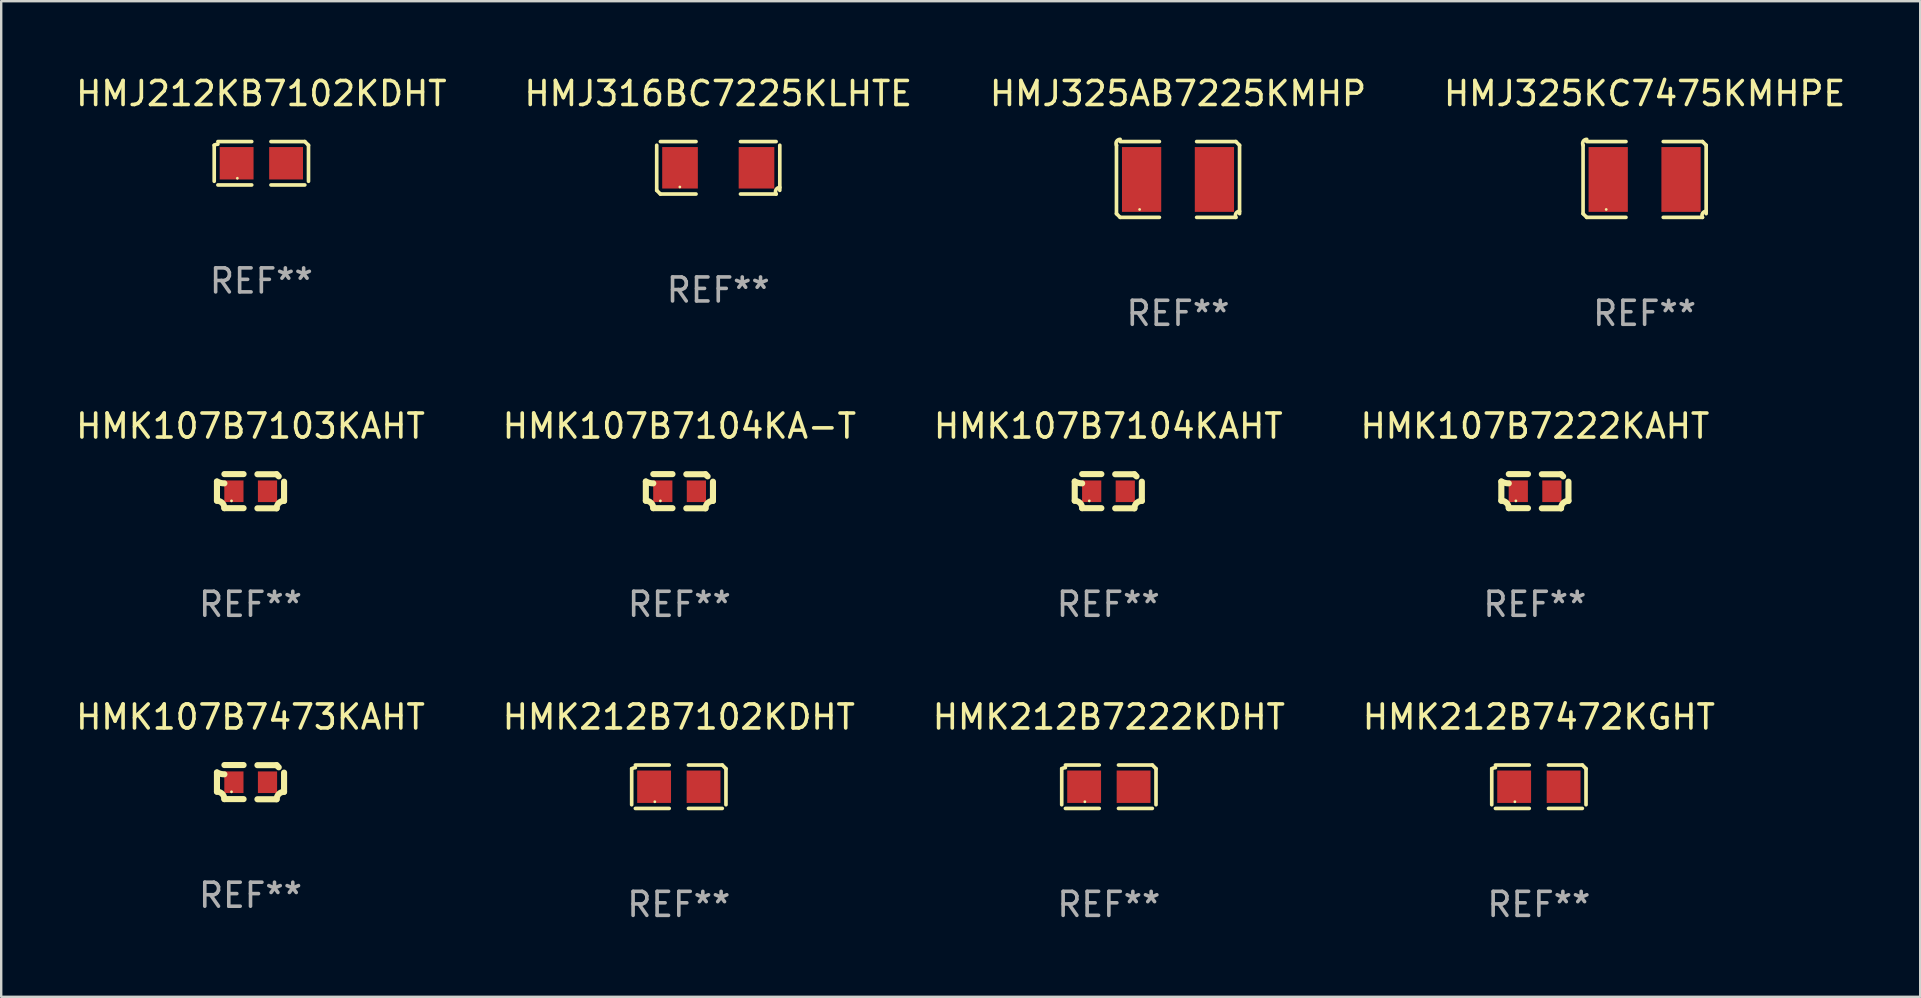
<source format=kicad_pcb>
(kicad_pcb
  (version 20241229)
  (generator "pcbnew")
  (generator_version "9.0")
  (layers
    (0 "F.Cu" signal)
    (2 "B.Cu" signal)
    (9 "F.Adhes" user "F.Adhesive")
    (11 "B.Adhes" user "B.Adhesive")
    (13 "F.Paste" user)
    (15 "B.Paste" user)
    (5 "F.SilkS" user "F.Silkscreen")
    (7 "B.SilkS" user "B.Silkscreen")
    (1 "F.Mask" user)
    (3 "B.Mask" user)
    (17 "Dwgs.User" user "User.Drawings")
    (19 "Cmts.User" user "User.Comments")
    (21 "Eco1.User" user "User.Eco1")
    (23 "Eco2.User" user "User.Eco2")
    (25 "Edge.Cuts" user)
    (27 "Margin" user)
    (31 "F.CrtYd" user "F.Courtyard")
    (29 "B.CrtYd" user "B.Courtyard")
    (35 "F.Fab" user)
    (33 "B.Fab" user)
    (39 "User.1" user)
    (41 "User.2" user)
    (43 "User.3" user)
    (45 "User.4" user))
  (footprint "HMK107B7473KAHT"
    (layer "F.Cu")
    (at 7.387 29.537)
    (property "Reference" "HMK107B7473KAHT" (at 0 -2.713 0) (layer "F.SilkS") (effects (font (size 1 1) (thickness 0.15))))
    (attr through_hole)
    (fp_line (start -1.398 -0.403) (end -1.398 0.397) (stroke (width 0.254) (type solid)) (layer "F.SilkS"))
    (fp_line (start -0.288 -0.713) (end -1.088 -0.713) (stroke (width 0.254) (type solid)) (layer "F.SilkS"))
    (fp_line (start -0.288 0.707) (end -1.088 0.707) (stroke (width 0.254) (type solid)) (layer "F.SilkS"))
    (fp_line (start 0.288 -0.707) (end 1.088 -0.707) (stroke (width 0.254) (type solid)) (layer "F.SilkS"))
    (fp_line (start 0.288 0.713) (end 1.088 0.713) (stroke (width 0.254) (type solid)) (layer "F.SilkS"))
    (fp_line (start 1.398 -0.397) (end 1.398 0.403) (stroke (width 0.254) (type solid)) (layer "F.SilkS"))
    (fp_arc (start -1.397789 0.397066) (mid -1.178701 0.487826) (end -1.08796 0.706922) (stroke (width 0.254001) (type solid)) (layer "F.SilkS"))
    (fp_arc (start -1.08796 -0.327176) (mid -1.247436 -0.346384) (end -1.39779 -0.402908) (stroke (width 0.254001) (type solid)) (layer "F.SilkS"))
    (fp_arc (start 1.087909 0.712738) (mid 1.178656 0.493655) (end 1.397739 0.402908) (stroke (width 0.254001) (type solid)) (layer "F.SilkS"))
    (fp_arc (start 1.175925 -0.618926) (mid 1.131917 -0.662923) (end 1.08791 -0.706922) (stroke (width 0.254001) (type solid)) (layer "F.SilkS"))
    (fp_circle (center -0.792 0.403) (end -0.762 0.403) (stroke (width 0.06) (type solid)) (fill no) (layer "F.SilkS"))
    (fp_text user "REF**" (at 0 4.713 0) (layer "F.Fab") (effects (font (size 1 1) (thickness 0.15))))
    (pad "1" smd rect (at -0.692 0.003) (size 0.8 0.9) (layers "F.Cu" "F.Mask" "F.Paste"))
    (pad "2" smd rect (at 0.708 0.003) (size 0.8 0.9) (layers "F.Cu" "F.Mask" "F.Paste")))
  (footprint "HMK212B7472KGHT"
    (layer "F.Cu")
    (at 61.065 29.728)
    (property "Reference" "HMK212B7472KGHT" (at 0 -2.904 0) (layer "F.SilkS") (effects (font (size 1 1) (thickness 0.15))))
    (attr through_hole)
    (fp_line (start -1.964 0.751) (end -1.964 -0.751) (stroke (width 0.152) (type solid)) (layer "F.SilkS"))
    (fp_line (start -1.811 -0.904) (end -0.401 -0.904) (stroke (width 0.152) (type solid)) (layer "F.SilkS"))
    (fp_line (start -0.401 0.904) (end -1.811 0.904) (stroke (width 0.152) (type solid)) (layer "F.SilkS"))
    (fp_line (start 0.401 0.904) (end 1.811 0.904) (stroke (width 0.152) (type solid)) (layer "F.SilkS"))
    (fp_line (start 1.811 -0.904) (end 0.401 -0.904) (stroke (width 0.152) (type solid)) (layer "F.SilkS"))
    (fp_line (start 1.964 0.751) (end 1.964 -0.751) (stroke (width 0.152) (type solid)) (layer "F.SilkS"))
    (fp_arc (start -1.963602 -0.751207) (mid -1.890354 -0.783131) (end -1.811201 -0.794044) (stroke (width 0.1524) (type solid)) (layer "F.SilkS"))
    (fp_arc (start 1.811202 -0.903607) (mid 1.887413 -0.827418) (end 1.963602 -0.751207) (stroke (width 0.1524) (type solid)) (layer "F.SilkS"))
    (fp_circle (center -1 0.625) (end -0.97 0.625) (stroke (width 0.06) (type solid)) (fill no) (layer "F.SilkS"))
    (fp_text user "REF**" (at 0 4.904 0) (layer "F.Fab") (effects (font (size 1 1) (thickness 0.15))))
    (pad "1" smd rect (at -1.03 0) (size 1.41 1.35) (layers "F.Cu" "F.Mask" "F.Paste"))
    (pad "2" smd rect (at 1.03 0) (size 1.41 1.35) (layers "F.Cu" "F.Mask" "F.Paste")))
  (footprint "HMJ212KB7102KDHT"
    (layer "F.Cu")
    (at 7.839 3.752)
    (property "Reference" "HMJ212KB7102KDHT" (at 0 -2.904 0) (layer "F.SilkS") (effects (font (size 1 1) (thickness 0.15))))
    (attr through_hole)
    (fp_line (start -1.964 0.751) (end -1.964 -0.751) (stroke (width 0.152) (type solid)) (layer "F.SilkS"))
    (fp_line (start -1.811 -0.904) (end -0.401 -0.904) (stroke (width 0.152) (type solid)) (layer "F.SilkS"))
    (fp_line (start -0.401 0.904) (end -1.811 0.904) (stroke (width 0.152) (type solid)) (layer "F.SilkS"))
    (fp_line (start 0.401 0.904) (end 1.811 0.904) (stroke (width 0.152) (type solid)) (layer "F.SilkS"))
    (fp_line (start 1.811 -0.904) (end 0.401 -0.904) (stroke (width 0.152) (type solid)) (layer "F.SilkS"))
    (fp_line (start 1.964 0.751) (end 1.964 -0.751) (stroke (width 0.152) (type solid)) (layer "F.SilkS"))
    (fp_arc (start -1.963602 -0.751207) (mid -1.890354 -0.783131) (end -1.811201 -0.794044) (stroke (width 0.1524) (type solid)) (layer "F.SilkS"))
    (fp_arc (start 1.811202 -0.903607) (mid 1.887413 -0.827418) (end 1.963602 -0.751207) (stroke (width 0.1524) (type solid)) (layer "F.SilkS"))
    (fp_circle (center -1 0.625) (end -0.97 0.625) (stroke (width 0.06) (type solid)) (fill no) (layer "F.SilkS"))
    (fp_text user "REF**" (at 0 4.904 0) (layer "F.Fab") (effects (font (size 1 1) (thickness 0.15))))
    (pad "1" smd rect (at -1.03 0) (size 1.41 1.35) (layers "F.Cu" "F.Mask" "F.Paste"))
    (pad "2" smd rect (at 1.03 0) (size 1.41 1.35) (layers "F.Cu" "F.Mask" "F.Paste")))
  (footprint "HMJ325AB7225KMHP"
    (layer "F.Cu")
    (at 46.03 4.427)
    (property "Reference" "HMJ325AB7225KMHP" (at 0 -3.579 0) (layer "F.SilkS") (effects (font (size 1 1) (thickness 0.15))))
    (attr through_hole)
    (fp_line (start -2.564 1.426) (end -2.564 -1.426) (stroke (width 0.152) (type solid)) (layer "F.SilkS"))
    (fp_line (start -2.411 -1.579) (end -0.776 -1.579) (stroke (width 0.152) (type solid)) (layer "F.SilkS"))
    (fp_line (start -0.776 1.579) (end -2.411 1.579) (stroke (width 0.152) (type solid)) (layer "F.SilkS"))
    (fp_line (start 0.776 1.579) (end 2.411 1.579) (stroke (width 0.152) (type solid)) (layer "F.SilkS"))
    (fp_line (start 2.411 -1.579) (end 0.776 -1.579) (stroke (width 0.152) (type solid)) (layer "F.SilkS"))
    (fp_line (start 2.564 1.426) (end 2.564 -1.426) (stroke (width 0.152) (type solid)) (layer "F.SilkS"))
    (fp_arc (start -2.563602 -1.426213) (mid -2.555597 -1.591233) (end -2.411201 -1.671518) (stroke (width 0.1524) (type solid)) (layer "F.SilkS"))
    (fp_arc (start -2.5636 1.426214) (mid -2.487389 1.502402) (end -2.411201 1.578613) (stroke (width 0.1524) (type solid)) (layer "F.SilkS"))
    (fp_arc (start 2.411197 -1.578618) (mid 2.487403 -1.502419) (end 2.563602 -1.426213) (stroke (width 0.1524) (type solid)) (layer "F.SilkS"))
    (fp_arc (start 2.411201 1.578613) (mid 2.416214 1.409455) (end 2.563602 1.32629) (stroke (width 0.1524) (type solid)) (layer "F.SilkS"))
    (fp_circle (center -1.6 1.25) (end -1.57 1.25) (stroke (width 0.06) (type solid)) (fill no) (layer "F.SilkS"))
    (fp_text user "REF**" (at 0 5.579 0) (layer "F.Fab") (effects (font (size 1 1) (thickness 0.15))))
    (pad "1" smd rect (at -1.517 0) (size 1.635 2.7) (layers "F.Cu" "F.Mask" "F.Paste"))
    (pad "2" smd rect (at 1.517 0) (size 1.635 2.7) (layers "F.Cu" "F.Mask" "F.Paste")))
  (footprint "HMK107B7104KAHT"
    (layer "F.Cu")
    (at 43.125 17.415)
    (property "Reference" "HMK107B7104KAHT" (at 0 -2.713 0) (layer "F.SilkS") (effects (font (size 1 1) (thickness 0.15))))
    (attr through_hole)
    (fp_line (start -1.398 -0.403) (end -1.398 0.397) (stroke (width 0.254) (type solid)) (layer "F.SilkS"))
    (fp_line (start -0.288 -0.713) (end -1.088 -0.713) (stroke (width 0.254) (type solid)) (layer "F.SilkS"))
    (fp_line (start -0.288 0.707) (end -1.088 0.707) (stroke (width 0.254) (type solid)) (layer "F.SilkS"))
    (fp_line (start 0.288 -0.707) (end 1.088 -0.707) (stroke (width 0.254) (type solid)) (layer "F.SilkS"))
    (fp_line (start 0.288 0.713) (end 1.088 0.713) (stroke (width 0.254) (type solid)) (layer "F.SilkS"))
    (fp_line (start 1.398 -0.397) (end 1.398 0.403) (stroke (width 0.254) (type solid)) (layer "F.SilkS"))
    (fp_arc (start -1.397789 0.397066) (mid -1.178701 0.487826) (end -1.08796 0.706922) (stroke (width 0.254001) (type solid)) (layer "F.SilkS"))
    (fp_arc (start -1.08796 -0.327176) (mid -1.247436 -0.346384) (end -1.39779 -0.402908) (stroke (width 0.254001) (type solid)) (layer "F.SilkS"))
    (fp_arc (start 1.087909 0.712738) (mid 1.178656 0.493655) (end 1.397739 0.402908) (stroke (width 0.254001) (type solid)) (layer "F.SilkS"))
    (fp_arc (start 1.175925 -0.618926) (mid 1.131917 -0.662923) (end 1.08791 -0.706922) (stroke (width 0.254001) (type solid)) (layer "F.SilkS"))
    (fp_circle (center -0.792 0.403) (end -0.762 0.403) (stroke (width 0.06) (type solid)) (fill no) (layer "F.SilkS"))
    (fp_text user "REF**" (at 0 4.713 0) (layer "F.Fab") (effects (font (size 1 1) (thickness 0.15))))
    (pad "1" smd rect (at -0.692 0.003) (size 0.8 0.9) (layers "F.Cu" "F.Mask" "F.Paste"))
    (pad "2" smd rect (at 0.708 0.003) (size 0.8 0.9) (layers "F.Cu" "F.Mask" "F.Paste")))
  (footprint "HMJ325KC7475KMHPE"
    (layer "F.Cu")
    (at 65.47 4.427)
    (property "Reference" "HMJ325KC7475KMHPE" (at 0 -3.579 0) (layer "F.SilkS") (effects (font (size 1 1) (thickness 0.15))))
    (attr through_hole)
    (fp_line (start -2.564 1.426) (end -2.564 -1.426) (stroke (width 0.152) (type solid)) (layer "F.SilkS"))
    (fp_line (start -2.411 -1.579) (end -0.776 -1.579) (stroke (width 0.152) (type solid)) (layer "F.SilkS"))
    (fp_line (start -0.776 1.579) (end -2.411 1.579) (stroke (width 0.152) (type solid)) (layer "F.SilkS"))
    (fp_line (start 0.776 1.579) (end 2.411 1.579) (stroke (width 0.152) (type solid)) (layer "F.SilkS"))
    (fp_line (start 2.411 -1.579) (end 0.776 -1.579) (stroke (width 0.152) (type solid)) (layer "F.SilkS"))
    (fp_line (start 2.564 1.426) (end 2.564 -1.426) (stroke (width 0.152) (type solid)) (layer "F.SilkS"))
    (fp_arc (start -2.563602 -1.426213) (mid -2.555597 -1.591233) (end -2.411201 -1.671518) (stroke (width 0.1524) (type solid)) (layer "F.SilkS"))
    (fp_arc (start -2.5636 1.426214) (mid -2.487389 1.502402) (end -2.411201 1.578613) (stroke (width 0.1524) (type solid)) (layer "F.SilkS"))
    (fp_arc (start 2.411197 -1.578618) (mid 2.487403 -1.502419) (end 2.563602 -1.426213) (stroke (width 0.1524) (type solid)) (layer "F.SilkS"))
    (fp_arc (start 2.411201 1.578613) (mid 2.416214 1.409455) (end 2.563602 1.32629) (stroke (width 0.1524) (type solid)) (layer "F.SilkS"))
    (fp_circle (center -1.6 1.25) (end -1.57 1.25) (stroke (width 0.06) (type solid)) (fill no) (layer "F.SilkS"))
    (fp_text user "REF**" (at 0 5.579 0) (layer "F.Fab") (effects (font (size 1 1) (thickness 0.15))))
    (pad "1" smd rect (at -1.517 0) (size 1.635 2.7) (layers "F.Cu" "F.Mask" "F.Paste"))
    (pad "2" smd rect (at 1.517 0) (size 1.635 2.7) (layers "F.Cu" "F.Mask" "F.Paste")))
  (footprint "HMK107B7104KA-T"
    (layer "F.Cu")
    (at 25.256 17.415)
    (property "Reference" "HMK107B7104KA-T" (at 0 -2.713 0) (layer "F.SilkS") (effects (font (size 1 1) (thickness 0.15))))
    (attr through_hole)
    (fp_line (start -1.398 -0.403) (end -1.398 0.397) (stroke (width 0.254) (type solid)) (layer "F.SilkS"))
    (fp_line (start -0.288 -0.713) (end -1.088 -0.713) (stroke (width 0.254) (type solid)) (layer "F.SilkS"))
    (fp_line (start -0.288 0.707) (end -1.088 0.707) (stroke (width 0.254) (type solid)) (layer "F.SilkS"))
    (fp_line (start 0.288 -0.707) (end 1.088 -0.707) (stroke (width 0.254) (type solid)) (layer "F.SilkS"))
    (fp_line (start 0.288 0.713) (end 1.088 0.713) (stroke (width 0.254) (type solid)) (layer "F.SilkS"))
    (fp_line (start 1.398 -0.397) (end 1.398 0.403) (stroke (width 0.254) (type solid)) (layer "F.SilkS"))
    (fp_arc (start -1.397789 0.397066) (mid -1.178701 0.487826) (end -1.08796 0.706922) (stroke (width 0.254001) (type solid)) (layer "F.SilkS"))
    (fp_arc (start -1.08796 -0.327176) (mid -1.247436 -0.346384) (end -1.39779 -0.402908) (stroke (width 0.254001) (type solid)) (layer "F.SilkS"))
    (fp_arc (start 1.087909 0.712738) (mid 1.178656 0.493655) (end 1.397739 0.402908) (stroke (width 0.254001) (type solid)) (layer "F.SilkS"))
    (fp_arc (start 1.175925 -0.618926) (mid 1.131917 -0.662923) (end 1.08791 -0.706922) (stroke (width 0.254001) (type solid)) (layer "F.SilkS"))
    (fp_circle (center -0.792 0.403) (end -0.762 0.403) (stroke (width 0.06) (type solid)) (fill no) (layer "F.SilkS"))
    (fp_text user "REF**" (at 0 4.713 0) (layer "F.Fab") (effects (font (size 1 1) (thickness 0.15))))
    (pad "1" smd rect (at -0.692 0.003) (size 0.8 0.9) (layers "F.Cu" "F.Mask" "F.Paste"))
    (pad "2" smd rect (at 0.708 0.003) (size 0.8 0.9) (layers "F.Cu" "F.Mask" "F.Paste")))
  (footprint "HMK107B7222KAHT"
    (layer "F.Cu")
    (at 60.899 17.415)
    (property "Reference" "HMK107B7222KAHT" (at 0 -2.713 0) (layer "F.SilkS") (effects (font (size 1 1) (thickness 0.15))))
    (attr through_hole)
    (fp_line (start -1.398 -0.403) (end -1.398 0.397) (stroke (width 0.254) (type solid)) (layer "F.SilkS"))
    (fp_line (start -0.288 -0.713) (end -1.088 -0.713) (stroke (width 0.254) (type solid)) (layer "F.SilkS"))
    (fp_line (start -0.288 0.707) (end -1.088 0.707) (stroke (width 0.254) (type solid)) (layer "F.SilkS"))
    (fp_line (start 0.288 -0.707) (end 1.088 -0.707) (stroke (width 0.254) (type solid)) (layer "F.SilkS"))
    (fp_line (start 0.288 0.713) (end 1.088 0.713) (stroke (width 0.254) (type solid)) (layer "F.SilkS"))
    (fp_line (start 1.398 -0.397) (end 1.398 0.403) (stroke (width 0.254) (type solid)) (layer "F.SilkS"))
    (fp_arc (start -1.397789 0.397066) (mid -1.178701 0.487826) (end -1.08796 0.706922) (stroke (width 0.254001) (type solid)) (layer "F.SilkS"))
    (fp_arc (start -1.08796 -0.327176) (mid -1.247436 -0.346384) (end -1.39779 -0.402908) (stroke (width 0.254001) (type solid)) (layer "F.SilkS"))
    (fp_arc (start 1.087909 0.712738) (mid 1.178656 0.493655) (end 1.397739 0.402908) (stroke (width 0.254001) (type solid)) (layer "F.SilkS"))
    (fp_arc (start 1.175925 -0.618926) (mid 1.131917 -0.662923) (end 1.08791 -0.706922) (stroke (width 0.254001) (type solid)) (layer "F.SilkS"))
    (fp_circle (center -0.792 0.403) (end -0.762 0.403) (stroke (width 0.06) (type solid)) (fill no) (layer "F.SilkS"))
    (fp_text user "REF**" (at 0 4.713 0) (layer "F.Fab") (effects (font (size 1 1) (thickness 0.15))))
    (pad "1" smd rect (at -0.692 0.003) (size 0.8 0.9) (layers "F.Cu" "F.Mask" "F.Paste"))
    (pad "2" smd rect (at 0.708 0.003) (size 0.8 0.9) (layers "F.Cu" "F.Mask" "F.Paste")))
  (footprint "HMK107B7103KAHT"
    (layer "F.Cu")
    (at 7.387 17.415)
    (property "Reference" "HMK107B7103KAHT" (at 0 -2.713 0) (layer "F.SilkS") (effects (font (size 1 1) (thickness 0.15))))
    (attr through_hole)
    (fp_line (start -1.398 -0.403) (end -1.398 0.397) (stroke (width 0.254) (type solid)) (layer "F.SilkS"))
    (fp_line (start -0.288 -0.713) (end -1.088 -0.713) (stroke (width 0.254) (type solid)) (layer "F.SilkS"))
    (fp_line (start -0.288 0.707) (end -1.088 0.707) (stroke (width 0.254) (type solid)) (layer "F.SilkS"))
    (fp_line (start 0.288 -0.707) (end 1.088 -0.707) (stroke (width 0.254) (type solid)) (layer "F.SilkS"))
    (fp_line (start 0.288 0.713) (end 1.088 0.713) (stroke (width 0.254) (type solid)) (layer "F.SilkS"))
    (fp_line (start 1.398 -0.397) (end 1.398 0.403) (stroke (width 0.254) (type solid)) (layer "F.SilkS"))
    (fp_arc (start -1.397789 0.397066) (mid -1.178701 0.487826) (end -1.08796 0.706922) (stroke (width 0.254001) (type solid)) (layer "F.SilkS"))
    (fp_arc (start -1.08796 -0.327176) (mid -1.247436 -0.346384) (end -1.39779 -0.402908) (stroke (width 0.254001) (type solid)) (layer "F.SilkS"))
    (fp_arc (start 1.087909 0.712738) (mid 1.178656 0.493655) (end 1.397739 0.402908) (stroke (width 0.254001) (type solid)) (layer "F.SilkS"))
    (fp_arc (start 1.175925 -0.618926) (mid 1.131917 -0.662923) (end 1.08791 -0.706922) (stroke (width 0.254001) (type solid)) (layer "F.SilkS"))
    (fp_circle (center -0.792 0.403) (end -0.762 0.403) (stroke (width 0.06) (type solid)) (fill no) (layer "F.SilkS"))
    (fp_text user "REF**" (at 0 4.713 0) (layer "F.Fab") (effects (font (size 1 1) (thickness 0.15))))
    (pad "1" smd rect (at -0.692 0.003) (size 0.8 0.9) (layers "F.Cu" "F.Mask" "F.Paste"))
    (pad "2" smd rect (at 0.708 0.003) (size 0.8 0.9) (layers "F.Cu" "F.Mask" "F.Paste")))
  (footprint "HMJ316BC7225KLHTE"
    (layer "F.Cu")
    (at 26.875 3.941)
    (property "Reference" "HMJ316BC7225KLHTE" (at 0 -3.093 0) (layer "F.SilkS") (effects (font (size 1 1) (thickness 0.15))))
    (attr through_hole)
    (fp_line (start -2.564 0.94) (end -2.564 -0.94) (stroke (width 0.152) (type solid)) (layer "F.SilkS"))
    (fp_line (start -2.411 -1.093) (end -0.926 -1.093) (stroke (width 0.152) (type solid)) (layer "F.SilkS"))
    (fp_line (start -0.926 1.093) (end -2.411 1.093) (stroke (width 0.152) (type solid)) (layer "F.SilkS"))
    (fp_line (start 0.926 1.093) (end 2.411 1.093) (stroke (width 0.152) (type solid)) (layer "F.SilkS"))
    (fp_line (start 2.411 -1.093) (end 0.926 -1.093) (stroke (width 0.152) (type solid)) (layer "F.SilkS"))
    (fp_line (start 2.564 0.94) (end 2.564 -0.94) (stroke (width 0.152) (type solid)) (layer "F.SilkS"))
    (fp_arc (start -2.411201 1.092609) (mid -2.487413 1.01642) (end -2.563602 0.940208) (stroke (width 0.1524) (type solid)) (layer "F.SilkS"))
    (fp_arc (start 2.411201 1.092609) (mid 2.407159 0.911226) (end 2.563602 0.819347) (stroke (width 0.1524) (type solid)) (layer "F.SilkS"))
    (fp_circle (center -1.6 0.8) (end -1.57 0.8) (stroke (width 0.06) (type solid)) (fill no) (layer "F.SilkS"))
    (fp_text user "REF**" (at 0 5.093 0) (layer "F.Fab") (effects (font (size 1 1) (thickness 0.15))))
    (pad "1" smd rect (at -1.593 0) (size 1.485 1.728) (layers "F.Cu" "F.Mask" "F.Paste"))
    (pad "2" smd rect (at 1.593 0) (size 1.485 1.728) (layers "F.Cu" "F.Mask" "F.Paste")))
  (footprint "HMK212B7222KDHT"
    (layer "F.Cu")
    (at 43.149 29.728)
    (property "Reference" "HMK212B7222KDHT" (at 0 -2.904 0) (layer "F.SilkS") (effects (font (size 1 1) (thickness 0.15))))
    (attr through_hole)
    (fp_line (start -1.964 0.751) (end -1.964 -0.751) (stroke (width 0.152) (type solid)) (layer "F.SilkS"))
    (fp_line (start -1.811 -0.904) (end -0.401 -0.904) (stroke (width 0.152) (type solid)) (layer "F.SilkS"))
    (fp_line (start -0.401 0.904) (end -1.811 0.904) (stroke (width 0.152) (type solid)) (layer "F.SilkS"))
    (fp_line (start 0.401 0.904) (end 1.811 0.904) (stroke (width 0.152) (type solid)) (layer "F.SilkS"))
    (fp_line (start 1.811 -0.904) (end 0.401 -0.904) (stroke (width 0.152) (type solid)) (layer "F.SilkS"))
    (fp_line (start 1.964 0.751) (end 1.964 -0.751) (stroke (width 0.152) (type solid)) (layer "F.SilkS"))
    (fp_arc (start -1.963602 -0.751207) (mid -1.890354 -0.783131) (end -1.811201 -0.794044) (stroke (width 0.1524) (type solid)) (layer "F.SilkS"))
    (fp_arc (start 1.811202 -0.903607) (mid 1.887413 -0.827418) (end 1.963602 -0.751207) (stroke (width 0.1524) (type solid)) (layer "F.SilkS"))
    (fp_circle (center -1 0.625) (end -0.97 0.625) (stroke (width 0.06) (type solid)) (fill no) (layer "F.SilkS"))
    (fp_text user "REF**" (at 0 4.904 0) (layer "F.Fab") (effects (font (size 1 1) (thickness 0.15))))
    (pad "1" smd rect (at -1.03 0) (size 1.41 1.35) (layers "F.Cu" "F.Mask" "F.Paste"))
    (pad "2" smd rect (at 1.03 0) (size 1.41 1.35) (layers "F.Cu" "F.Mask" "F.Paste")))
  (footprint "HMK212B7102KDHT"
    (layer "F.Cu")
    (at 25.232 29.728)
    (property "Reference" "HMK212B7102KDHT" (at 0 -2.904 0) (layer "F.SilkS") (effects (font (size 1 1) (thickness 0.15))))
    (attr through_hole)
    (fp_line (start -1.964 0.751) (end -1.964 -0.751) (stroke (width 0.152) (type solid)) (layer "F.SilkS"))
    (fp_line (start -1.811 -0.904) (end -0.401 -0.904) (stroke (width 0.152) (type solid)) (layer "F.SilkS"))
    (fp_line (start -0.401 0.904) (end -1.811 0.904) (stroke (width 0.152) (type solid)) (layer "F.SilkS"))
    (fp_line (start 0.401 0.904) (end 1.811 0.904) (stroke (width 0.152) (type solid)) (layer "F.SilkS"))
    (fp_line (start 1.811 -0.904) (end 0.401 -0.904) (stroke (width 0.152) (type solid)) (layer "F.SilkS"))
    (fp_line (start 1.964 0.751) (end 1.964 -0.751) (stroke (width 0.152) (type solid)) (layer "F.SilkS"))
    (fp_arc (start -1.963602 -0.751207) (mid -1.890354 -0.783131) (end -1.811201 -0.794044) (stroke (width 0.1524) (type solid)) (layer "F.SilkS"))
    (fp_arc (start 1.811202 -0.903607) (mid 1.887413 -0.827418) (end 1.963602 -0.751207) (stroke (width 0.1524) (type solid)) (layer "F.SilkS"))
    (fp_circle (center -1 0.625) (end -0.97 0.625) (stroke (width 0.06) (type solid)) (fill no) (layer "F.SilkS"))
    (fp_text user "REF**" (at 0 4.904 0) (layer "F.Fab") (effects (font (size 1 1) (thickness 0.15))))
    (pad "1" smd rect (at -1.03 0) (size 1.41 1.35) (layers "F.Cu" "F.Mask" "F.Paste"))
    (pad "2" smd rect (at 1.03 0) (size 1.41 1.35) (layers "F.Cu" "F.Mask" "F.Paste")))
  (gr_rect
    (start -3 -3)
    (end 76.952 38.479)
    (stroke (width 0.1) (type default))
    (fill no)
    (layer "Edge.Cuts")))
</source>
